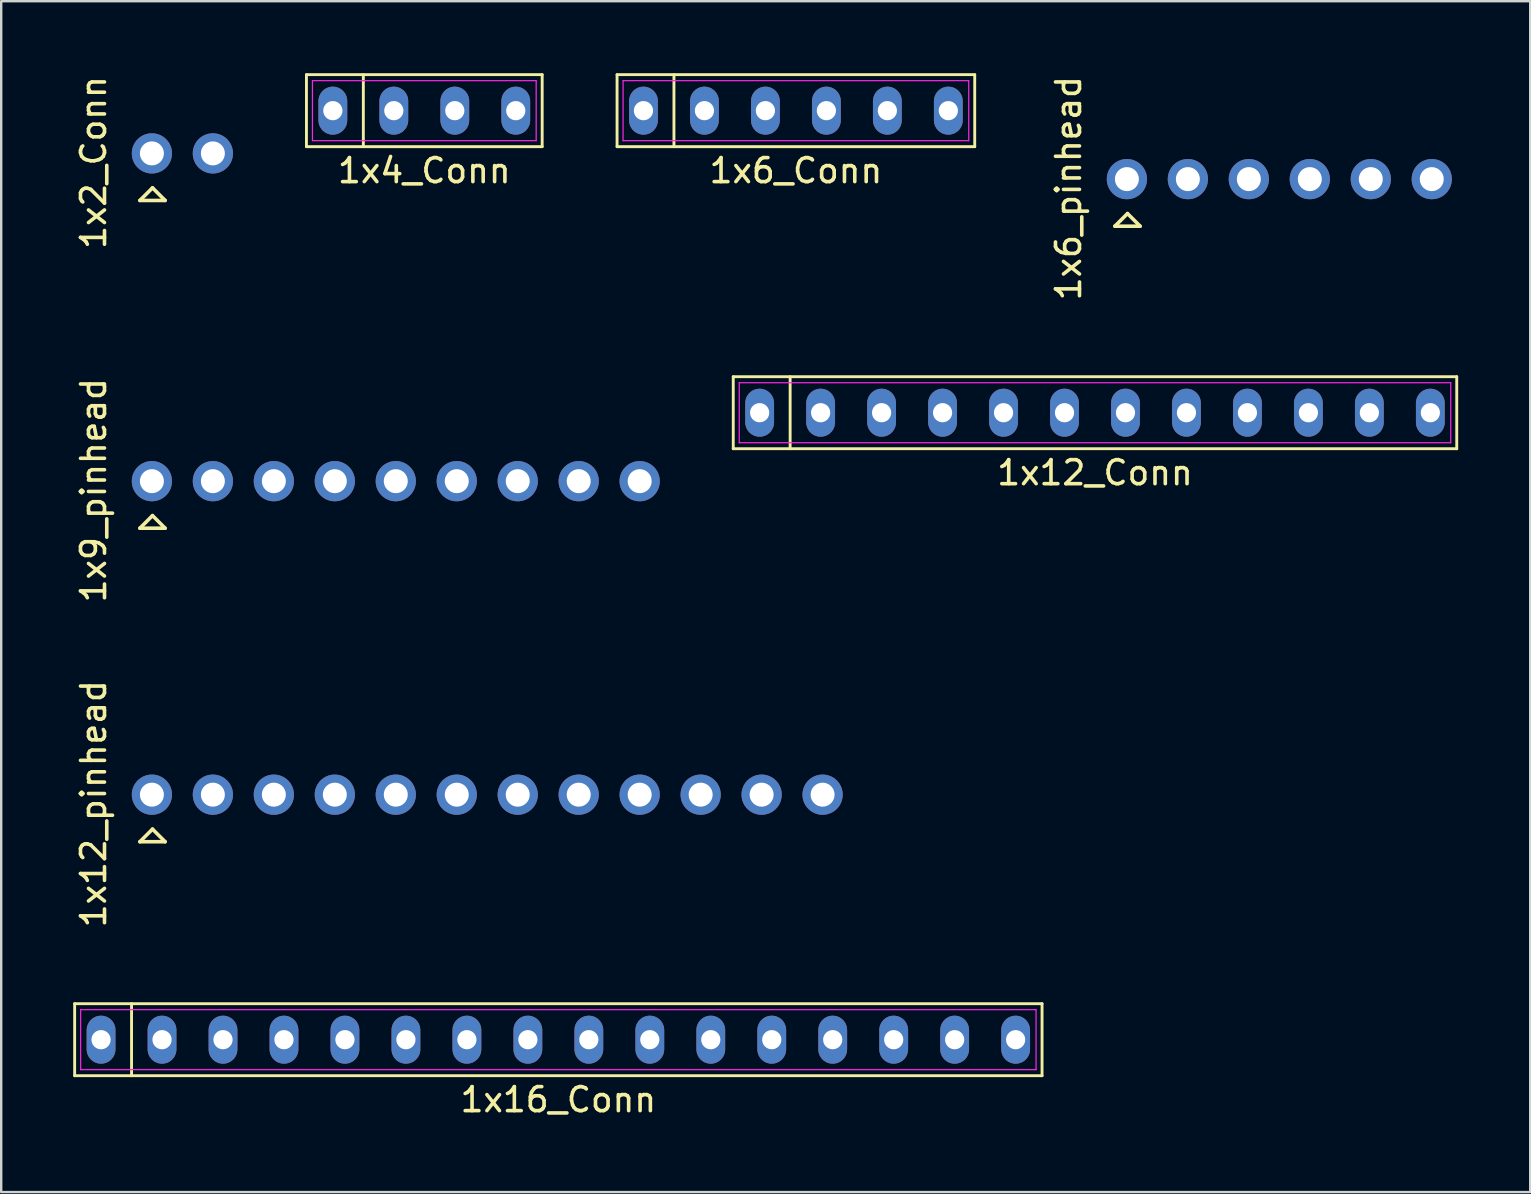
<source format=kicad_pcb>
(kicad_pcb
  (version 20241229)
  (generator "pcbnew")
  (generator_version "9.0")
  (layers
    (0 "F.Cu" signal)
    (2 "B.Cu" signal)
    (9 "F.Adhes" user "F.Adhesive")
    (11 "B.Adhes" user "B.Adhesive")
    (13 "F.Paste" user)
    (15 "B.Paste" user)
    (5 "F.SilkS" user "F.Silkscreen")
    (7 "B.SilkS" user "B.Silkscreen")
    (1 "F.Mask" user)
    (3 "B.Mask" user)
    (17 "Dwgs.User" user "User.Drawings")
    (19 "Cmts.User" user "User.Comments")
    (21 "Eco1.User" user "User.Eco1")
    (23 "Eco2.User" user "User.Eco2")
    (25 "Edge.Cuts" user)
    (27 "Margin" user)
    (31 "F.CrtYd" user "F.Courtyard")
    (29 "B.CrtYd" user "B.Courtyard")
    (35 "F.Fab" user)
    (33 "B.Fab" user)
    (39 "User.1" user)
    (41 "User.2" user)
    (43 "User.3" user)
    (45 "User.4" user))
  (footprint "1x12_Conn"
    (layer "F.Cu")
    (at 42.566 14.143)
    (property "Reference" "1x12_Conn" (at 0 2.5 0) (layer "F.SilkS") (effects (font (size 1 1) (thickness 0.15))))
    (attr through_hole)
    (fp_line (start -15.07 -1.5) (end 15.07 -1.5) (stroke (width 0.12) (type solid)) (layer "F.SilkS"))
    (fp_line (start -15.07 1.5) (end -15.07 -1.5) (stroke (width 0.12) (type solid)) (layer "F.SilkS"))
    (fp_line (start -12.7 -1.5) (end -12.7 1.5) (stroke (width 0.12) (type solid)) (layer "F.SilkS"))
    (fp_line (start 15.07 -1.5) (end 15.07 1.5) (stroke (width 0.12) (type solid)) (layer "F.SilkS"))
    (fp_line (start 15.07 1.5) (end -15.07 1.5) (stroke (width 0.12) (type solid)) (layer "F.SilkS"))
    (fp_line (start -14.82 -1.25) (end 14.82 -1.25) (stroke (width 0.05) (type solid)) (layer "F.CrtYd"))
    (fp_line (start -14.82 1.25) (end -14.82 -1.25) (stroke (width 0.05) (type solid)) (layer "F.CrtYd"))
    (fp_line (start 14.82 -1.25) (end 14.82 1.25) (stroke (width 0.05) (type solid)) (layer "F.CrtYd"))
    (fp_line (start 14.82 1.25) (end -14.82 1.25) (stroke (width 0.05) (type solid)) (layer "F.CrtYd"))
    (pad "1" thru_hole oval (at -13.97 0) (size 1.2 2) (drill 0.8) (layers "*.Cu" "*.Mask"))
    (pad "2" thru_hole oval (at -11.43 0) (size 1.2 2) (drill 0.8) (layers "*.Cu" "*.Mask"))
    (pad "3" thru_hole oval (at -8.89 0) (size 1.2 2) (drill 0.8) (layers "*.Cu" "*.Mask"))
    (pad "4" thru_hole oval (at -6.35 0) (size 1.2 2) (drill 0.8) (layers "*.Cu" "*.Mask"))
    (pad "5" thru_hole oval (at -3.81 0) (size 1.2 2) (drill 0.8) (layers "*.Cu" "*.Mask"))
    (pad "6" thru_hole oval (at -1.27 0) (size 1.2 2) (drill 0.8) (layers "*.Cu" "*.Mask"))
    (pad "7" thru_hole oval (at 1.27 0) (size 1.2 2) (drill 0.8) (layers "*.Cu" "*.Mask"))
    (pad "8" thru_hole oval (at 3.81 0) (size 1.2 2) (drill 0.8) (layers "*.Cu" "*.Mask"))
    (pad "9" thru_hole oval (at 6.35 0) (size 1.2 2) (drill 0.8) (layers "*.Cu" "*.Mask"))
    (pad "10" thru_hole oval (at 8.89 0) (size 1.2 2) (drill 0.8) (layers "*.Cu" "*.Mask"))
    (pad "11" thru_hole oval (at 11.43 0) (size 1.2 2) (drill 0.8) (layers "*.Cu" "*.Mask"))
    (pad "12" thru_hole oval (at 13.97 0) (size 1.2 2) (drill 0.8) (layers "*.Cu" "*.Mask")))
  (footprint "1x6_pinhead"
    (layer "F.Cu")
    (at 43.805 1.792)
    (property "Reference" "1x6_pinhead" (at -2.34 3 90) (layer "F.SilkS") (effects (font (size 1 1) (thickness 0.15))))
    (attr through_hole)
    (fp_line (start -0.41 4.58) (end 0.64 4.58) (stroke (width 0.15) (type solid)) (layer "F.SilkS"))
    (fp_line (start 0.115 4.055) (end -0.41 4.58) (stroke (width 0.15) (type solid)) (layer "F.SilkS"))
    (fp_line (start 0.64 4.58) (end 0.115 4.055) (stroke (width 0.15) (type solid)) (layer "F.SilkS"))
    (fp_poly (pts (xy -0.164 2.874) (xy 0.344 2.874) (xy 0.344 2.366) (xy -0.164 2.366)) (stroke (width 0.1) (type solid)) (fill no) (layer "F.Fab"))
    (fp_poly (pts (xy 2.376 2.874) (xy 2.884 2.874) (xy 2.884 2.366) (xy 2.376 2.366)) (stroke (width 0.1) (type solid)) (fill no) (layer "F.Fab"))
    (fp_poly (pts (xy 4.916 2.874) (xy 5.424 2.874) (xy 5.424 2.366) (xy 4.916 2.366)) (stroke (width 0.1) (type solid)) (fill no) (layer "F.Fab"))
    (fp_poly (pts (xy 7.456 2.874) (xy 7.964 2.874) (xy 7.964 2.366) (xy 7.456 2.366)) (stroke (width 0.1) (type solid)) (fill no) (layer "F.Fab"))
    (fp_poly (pts (xy 9.996 2.874) (xy 10.504 2.874) (xy 10.504 2.366) (xy 9.996 2.366)) (stroke (width 0.1) (type solid)) (fill no) (layer "F.Fab"))
    (fp_poly (pts (xy 12.536 2.874) (xy 13.044 2.874) (xy 13.044 2.366) (xy 12.536 2.366)) (stroke (width 0.1) (type solid)) (fill no) (layer "F.Fab"))
    (pad "1" thru_hole circle (at 0.09 2.62 90) (size 1.676 1.676) (drill 1) (layers "*.Cu" "*.Mask"))
    (pad "2" thru_hole circle (at 2.63 2.62 90) (size 1.676 1.676) (drill 1) (layers "*.Cu" "*.Mask"))
    (pad "3" thru_hole circle (at 5.17 2.62 90) (size 1.676 1.676) (drill 1) (layers "*.Cu" "*.Mask"))
    (pad "4" thru_hole circle (at 7.71 2.62 90) (size 1.676 1.676) (drill 1) (layers "*.Cu" "*.Mask"))
    (pad "5" thru_hole circle (at 10.25 2.62 90) (size 1.676 1.676) (drill 1) (layers "*.Cu" "*.Mask"))
    (pad "6" thru_hole circle (at 12.79 2.62 90) (size 1.676 1.676) (drill 1) (layers "*.Cu" "*.Mask")))
  (footprint "1x16_Conn"
    (layer "F.Cu")
    (at 20.21 40.262)
    (property "Reference" "1x16_Conn" (at 0 2.5 0) (layer "F.SilkS") (effects (font (size 1 1) (thickness 0.15))))
    (attr through_hole)
    (fp_line (start -20.15 -1.5) (end 20.15 -1.5) (stroke (width 0.12) (type solid)) (layer "F.SilkS"))
    (fp_line (start -20.15 1.5) (end -20.15 -1.5) (stroke (width 0.12) (type solid)) (layer "F.SilkS"))
    (fp_line (start -17.78 -1.5) (end -17.78 1.5) (stroke (width 0.12) (type solid)) (layer "F.SilkS"))
    (fp_line (start 20.15 -1.5) (end 20.15 1.5) (stroke (width 0.12) (type solid)) (layer "F.SilkS"))
    (fp_line (start 20.15 1.5) (end -20.15 1.5) (stroke (width 0.12) (type solid)) (layer "F.SilkS"))
    (fp_line (start -19.9 -1.25) (end 19.9 -1.25) (stroke (width 0.05) (type solid)) (layer "F.CrtYd"))
    (fp_line (start -19.9 1.25) (end -19.9 -1.25) (stroke (width 0.05) (type solid)) (layer "F.CrtYd"))
    (fp_line (start 19.9 -1.25) (end 19.9 1.25) (stroke (width 0.05) (type solid)) (layer "F.CrtYd"))
    (fp_line (start 19.9 1.25) (end -19.9 1.25) (stroke (width 0.05) (type solid)) (layer "F.CrtYd"))
    (pad "1" thru_hole oval (at -19.05 0) (size 1.2 2) (drill 0.8) (layers "*.Cu" "*.Mask"))
    (pad "2" thru_hole oval (at -16.51 0) (size 1.2 2) (drill 0.8) (layers "*.Cu" "*.Mask"))
    (pad "3" thru_hole oval (at -13.97 0) (size 1.2 2) (drill 0.8) (layers "*.Cu" "*.Mask"))
    (pad "4" thru_hole oval (at -11.43 0) (size 1.2 2) (drill 0.8) (layers "*.Cu" "*.Mask"))
    (pad "5" thru_hole oval (at -8.89 0) (size 1.2 2) (drill 0.8) (layers "*.Cu" "*.Mask"))
    (pad "6" thru_hole oval (at -6.35 0) (size 1.2 2) (drill 0.8) (layers "*.Cu" "*.Mask"))
    (pad "7" thru_hole oval (at -3.81 0) (size 1.2 2) (drill 0.8) (layers "*.Cu" "*.Mask"))
    (pad "8" thru_hole oval (at -1.27 0) (size 1.2 2) (drill 0.8) (layers "*.Cu" "*.Mask"))
    (pad "9" thru_hole oval (at 1.27 0) (size 1.2 2) (drill 0.8) (layers "*.Cu" "*.Mask"))
    (pad "10" thru_hole oval (at 3.81 0) (size 1.2 2) (drill 0.8) (layers "*.Cu" "*.Mask"))
    (pad "11" thru_hole oval (at 6.35 0) (size 1.2 2) (drill 0.8) (layers "*.Cu" "*.Mask"))
    (pad "12" thru_hole oval (at 8.89 0) (size 1.2 2) (drill 0.8) (layers "*.Cu" "*.Mask"))
    (pad "13" thru_hole oval (at 11.43 0) (size 1.2 2) (drill 0.8) (layers "*.Cu" "*.Mask"))
    (pad "14" thru_hole oval (at 13.97 0) (size 1.2 2) (drill 0.8) (layers "*.Cu" "*.Mask"))
    (pad "15" thru_hole oval (at 16.51 0) (size 1.2 2) (drill 0.8) (layers "*.Cu" "*.Mask"))
    (pad "16" thru_hole oval (at 19.05 0) (size 1.2 2) (drill 0.8) (layers "*.Cu" "*.Mask")))
  (footprint "1x2_Conn"
    (layer "F.Cu")
    (at 3.188 0.72)
    (property "Reference" "1x2_Conn" (at -2.34 3 90) (layer "F.SilkS") (effects (font (size 1 1) (thickness 0.15))))
    (attr through_hole)
    (fp_line (start -0.41 4.58) (end 0.64 4.58) (stroke (width 0.15) (type solid)) (layer "F.SilkS"))
    (fp_line (start 0.115 4.055) (end -0.41 4.58) (stroke (width 0.15) (type solid)) (layer "F.SilkS"))
    (fp_line (start 0.64 4.58) (end 0.115 4.055) (stroke (width 0.15) (type solid)) (layer "F.SilkS"))
    (fp_poly (pts (xy -0.164 2.874) (xy 0.344 2.874) (xy 0.344 2.366) (xy -0.164 2.366)) (stroke (width 0.1) (type solid)) (fill no) (layer "F.Fab"))
    (fp_poly (pts (xy 2.376 2.874) (xy 2.884 2.874) (xy 2.884 2.366) (xy 2.376 2.366)) (stroke (width 0.1) (type solid)) (fill no) (layer "F.Fab"))
    (pad "1" thru_hole circle (at 0.09 2.62 90) (size 1.676 1.676) (drill 1) (layers "*.Cu" "*.Mask"))
    (pad "2" thru_hole circle (at 2.63 2.62 90) (size 1.676 1.676) (drill 1) (layers "*.Cu" "*.Mask")))
  (footprint "1x4_Conn"
    (layer "F.Cu")
    (at 14.626 1.56)
    (property "Reference" "1x4_Conn" (at 0 2.5 0) (layer "F.SilkS") (effects (font (size 1 1) (thickness 0.15))))
    (attr through_hole)
    (fp_line (start -4.91 -1.5) (end 4.91 -1.5) (stroke (width 0.12) (type solid)) (layer "F.SilkS"))
    (fp_line (start -4.91 1.5) (end -4.91 -1.5) (stroke (width 0.12) (type solid)) (layer "F.SilkS"))
    (fp_line (start -2.54 -1.5) (end -2.54 1.5) (stroke (width 0.12) (type solid)) (layer "F.SilkS"))
    (fp_line (start 4.91 -1.5) (end 4.91 1.5) (stroke (width 0.12) (type solid)) (layer "F.SilkS"))
    (fp_line (start 4.91 1.5) (end -4.91 1.5) (stroke (width 0.12) (type solid)) (layer "F.SilkS"))
    (fp_line (start -4.66 -1.25) (end 4.66 -1.25) (stroke (width 0.05) (type solid)) (layer "F.CrtYd"))
    (fp_line (start -4.66 1.25) (end -4.66 -1.25) (stroke (width 0.05) (type solid)) (layer "F.CrtYd"))
    (fp_line (start 4.66 -1.25) (end 4.66 1.25) (stroke (width 0.05) (type solid)) (layer "F.CrtYd"))
    (fp_line (start 4.66 1.25) (end -4.66 1.25) (stroke (width 0.05) (type solid)) (layer "F.CrtYd"))
    (pad "1" thru_hole oval (at -3.81 0) (size 1.2 2) (drill 0.8) (layers "*.Cu" "*.Mask"))
    (pad "2" thru_hole oval (at -1.27 0) (size 1.2 2) (drill 0.8) (layers "*.Cu" "*.Mask"))
    (pad "3" thru_hole oval (at 1.27 0) (size 1.2 2) (drill 0.8) (layers "*.Cu" "*.Mask"))
    (pad "4" thru_hole oval (at 3.81 0) (size 1.2 2) (drill 0.8) (layers "*.Cu" "*.Mask")))
  (footprint "1x12_pinhead"
    (layer "F.Cu")
    (at 3.188 27.435)
    (property "Reference" "1x12_pinhead" (at -2.34 3 90) (layer "F.SilkS") (effects (font (size 1 1) (thickness 0.15))))
    (attr through_hole)
    (fp_line (start -0.41 4.58) (end 0.64 4.58) (stroke (width 0.15) (type solid)) (layer "F.SilkS"))
    (fp_line (start 0.115 4.055) (end -0.41 4.58) (stroke (width 0.15) (type solid)) (layer "F.SilkS"))
    (fp_line (start 0.64 4.58) (end 0.115 4.055) (stroke (width 0.15) (type solid)) (layer "F.SilkS"))
    (fp_poly (pts (xy -0.164 2.874) (xy 0.344 2.874) (xy 0.344 2.366) (xy -0.164 2.366)) (stroke (width 0.1) (type solid)) (fill no) (layer "F.Fab"))
    (fp_poly (pts (xy 2.376 2.874) (xy 2.884 2.874) (xy 2.884 2.366) (xy 2.376 2.366)) (stroke (width 0.1) (type solid)) (fill no) (layer "F.Fab"))
    (fp_poly (pts (xy 4.916 2.874) (xy 5.424 2.874) (xy 5.424 2.366) (xy 4.916 2.366)) (stroke (width 0.1) (type solid)) (fill no) (layer "F.Fab"))
    (fp_poly (pts (xy 7.456 2.874) (xy 7.964 2.874) (xy 7.964 2.366) (xy 7.456 2.366)) (stroke (width 0.1) (type solid)) (fill no) (layer "F.Fab"))
    (fp_poly (pts (xy 9.996 2.874) (xy 10.504 2.874) (xy 10.504 2.366) (xy 9.996 2.366)) (stroke (width 0.1) (type solid)) (fill no) (layer "F.Fab"))
    (fp_poly (pts (xy 12.536 2.874) (xy 13.044 2.874) (xy 13.044 2.366) (xy 12.536 2.366)) (stroke (width 0.1) (type solid)) (fill no) (layer "F.Fab"))
    (fp_poly (pts (xy 15.076 2.874) (xy 15.584 2.874) (xy 15.584 2.366) (xy 15.076 2.366)) (stroke (width 0.1) (type solid)) (fill no) (layer "F.Fab"))
    (fp_poly (pts (xy 17.616 2.874) (xy 18.124 2.874) (xy 18.124 2.366) (xy 17.616 2.366)) (stroke (width 0.1) (type solid)) (fill no) (layer "F.Fab"))
    (fp_poly (pts (xy 20.156 2.874) (xy 20.664 2.874) (xy 20.664 2.366) (xy 20.156 2.366)) (stroke (width 0.1) (type solid)) (fill no) (layer "F.Fab"))
    (fp_poly (pts (xy 22.696 2.874) (xy 23.204 2.874) (xy 23.204 2.366) (xy 22.696 2.366)) (stroke (width 0.1) (type solid)) (fill no) (layer "F.Fab"))
    (fp_poly (pts (xy 25.236 2.874) (xy 25.744 2.874) (xy 25.744 2.366) (xy 25.236 2.366)) (stroke (width 0.1) (type solid)) (fill no) (layer "F.Fab"))
    (fp_poly (pts (xy 27.776 2.874) (xy 28.284 2.874) (xy 28.284 2.366) (xy 27.776 2.366)) (stroke (width 0.1) (type solid)) (fill no) (layer "F.Fab"))
    (pad "1" thru_hole circle (at 0.09 2.62 90) (size 1.676 1.676) (drill 1) (layers "*.Cu" "*.Mask"))
    (pad "2" thru_hole circle (at 2.63 2.62 90) (size 1.676 1.676) (drill 1) (layers "*.Cu" "*.Mask"))
    (pad "3" thru_hole circle (at 5.17 2.62 90) (size 1.676 1.676) (drill 1) (layers "*.Cu" "*.Mask"))
    (pad "4" thru_hole circle (at 7.71 2.62 90) (size 1.676 1.676) (drill 1) (layers "*.Cu" "*.Mask"))
    (pad "5" thru_hole circle (at 10.25 2.62 90) (size 1.676 1.676) (drill 1) (layers "*.Cu" "*.Mask"))
    (pad "6" thru_hole circle (at 12.79 2.62 90) (size 1.676 1.676) (drill 1) (layers "*.Cu" "*.Mask"))
    (pad "7" thru_hole circle (at 15.33 2.62 90) (size 1.676 1.676) (drill 1) (layers "*.Cu" "*.Mask"))
    (pad "8" thru_hole circle (at 17.87 2.62 90) (size 1.676 1.676) (drill 1) (layers "*.Cu" "*.Mask"))
    (pad "9" thru_hole circle (at 20.41 2.62 90) (size 1.676 1.676) (drill 1) (layers "*.Cu" "*.Mask"))
    (pad "10" thru_hole circle (at 22.95 2.62 90) (size 1.676 1.676) (drill 1) (layers "*.Cu" "*.Mask"))
    (pad "11" thru_hole circle (at 25.49 2.62 90) (size 1.676 1.676) (drill 1) (layers "*.Cu" "*.Mask"))
    (pad "12" thru_hole circle (at 28.03 2.62 90) (size 1.676 1.676) (drill 1) (layers "*.Cu" "*.Mask")))
  (footprint "1x9_pinhead"
    (layer "F.Cu")
    (at 3.188 14.375)
    (property "Reference" "1x9_pinhead" (at -2.34 3 90) (layer "F.SilkS") (effects (font (size 1 1) (thickness 0.15))))
    (attr through_hole)
    (fp_line (start -0.41 4.58) (end 0.64 4.58) (stroke (width 0.15) (type solid)) (layer "F.SilkS"))
    (fp_line (start 0.115 4.055) (end -0.41 4.58) (stroke (width 0.15) (type solid)) (layer "F.SilkS"))
    (fp_line (start 0.64 4.58) (end 0.115 4.055) (stroke (width 0.15) (type solid)) (layer "F.SilkS"))
    (fp_poly (pts (xy -0.164 2.874) (xy 0.344 2.874) (xy 0.344 2.366) (xy -0.164 2.366)) (stroke (width 0.1) (type solid)) (fill no) (layer "F.Fab"))
    (fp_poly (pts (xy 2.376 2.874) (xy 2.884 2.874) (xy 2.884 2.366) (xy 2.376 2.366)) (stroke (width 0.1) (type solid)) (fill no) (layer "F.Fab"))
    (fp_poly (pts (xy 4.916 2.874) (xy 5.424 2.874) (xy 5.424 2.366) (xy 4.916 2.366)) (stroke (width 0.1) (type solid)) (fill no) (layer "F.Fab"))
    (fp_poly (pts (xy 7.456 2.874) (xy 7.964 2.874) (xy 7.964 2.366) (xy 7.456 2.366)) (stroke (width 0.1) (type solid)) (fill no) (layer "F.Fab"))
    (fp_poly (pts (xy 9.996 2.874) (xy 10.504 2.874) (xy 10.504 2.366) (xy 9.996 2.366)) (stroke (width 0.1) (type solid)) (fill no) (layer "F.Fab"))
    (fp_poly (pts (xy 12.536 2.874) (xy 13.044 2.874) (xy 13.044 2.366) (xy 12.536 2.366)) (stroke (width 0.1) (type solid)) (fill no) (layer "F.Fab"))
    (fp_poly (pts (xy 15.076 2.874) (xy 15.584 2.874) (xy 15.584 2.366) (xy 15.076 2.366)) (stroke (width 0.1) (type solid)) (fill no) (layer "F.Fab"))
    (fp_poly (pts (xy 17.616 2.874) (xy 18.124 2.874) (xy 18.124 2.366) (xy 17.616 2.366)) (stroke (width 0.1) (type solid)) (fill no) (layer "F.Fab"))
    (fp_poly (pts (xy 20.156 2.874) (xy 20.664 2.874) (xy 20.664 2.366) (xy 20.156 2.366)) (stroke (width 0.1) (type solid)) (fill no) (layer "F.Fab"))
    (pad "1" thru_hole circle (at 0.09 2.62 90) (size 1.676 1.676) (drill 1) (layers "*.Cu" "*.Mask"))
    (pad "2" thru_hole circle (at 2.63 2.62 90) (size 1.676 1.676) (drill 1) (layers "*.Cu" "*.Mask"))
    (pad "3" thru_hole circle (at 5.17 2.62 90) (size 1.676 1.676) (drill 1) (layers "*.Cu" "*.Mask"))
    (pad "4" thru_hole circle (at 7.71 2.62 90) (size 1.676 1.676) (drill 1) (layers "*.Cu" "*.Mask"))
    (pad "5" thru_hole circle (at 10.25 2.62 90) (size 1.676 1.676) (drill 1) (layers "*.Cu" "*.Mask"))
    (pad "6" thru_hole circle (at 12.79 2.62 90) (size 1.676 1.676) (drill 1) (layers "*.Cu" "*.Mask"))
    (pad "7" thru_hole circle (at 15.33 2.62 90) (size 1.676 1.676) (drill 1) (layers "*.Cu" "*.Mask"))
    (pad "8" thru_hole circle (at 17.87 2.62 90) (size 1.676 1.676) (drill 1) (layers "*.Cu" "*.Mask"))
    (pad "9" thru_hole circle (at 20.41 2.62 90) (size 1.676 1.676) (drill 1) (layers "*.Cu" "*.Mask")))
  (footprint "1x6_Conn"
    (layer "F.Cu")
    (at 30.106 1.56)
    (property "Reference" "1x6_Conn" (at 0 2.5 0) (layer "F.SilkS") (effects (font (size 1 1) (thickness 0.15))))
    (attr through_hole)
    (fp_line (start -7.45 -1.5) (end 7.45 -1.5) (stroke (width 0.12) (type solid)) (layer "F.SilkS"))
    (fp_line (start -7.45 1.5) (end -7.45 -1.5) (stroke (width 0.12) (type solid)) (layer "F.SilkS"))
    (fp_line (start -5.08 -1.5) (end -5.08 1.5) (stroke (width 0.12) (type solid)) (layer "F.SilkS"))
    (fp_line (start 7.45 -1.5) (end 7.45 1.5) (stroke (width 0.12) (type solid)) (layer "F.SilkS"))
    (fp_line (start 7.45 1.5) (end -7.45 1.5) (stroke (width 0.12) (type solid)) (layer "F.SilkS"))
    (fp_line (start -7.2 -1.25) (end 7.2 -1.25) (stroke (width 0.05) (type solid)) (layer "F.CrtYd"))
    (fp_line (start -7.2 1.25) (end -7.2 -1.25) (stroke (width 0.05) (type solid)) (layer "F.CrtYd"))
    (fp_line (start 7.2 -1.25) (end 7.2 1.25) (stroke (width 0.05) (type solid)) (layer "F.CrtYd"))
    (fp_line (start 7.2 1.25) (end -7.2 1.25) (stroke (width 0.05) (type solid)) (layer "F.CrtYd"))
    (pad "1" thru_hole oval (at -6.35 0) (size 1.2 2) (drill 0.8) (layers "*.Cu" "*.Mask"))
    (pad "2" thru_hole oval (at -3.81 0) (size 1.2 2) (drill 0.8) (layers "*.Cu" "*.Mask"))
    (pad "3" thru_hole oval (at -1.27 0) (size 1.2 2) (drill 0.8) (layers "*.Cu" "*.Mask"))
    (pad "4" thru_hole oval (at 1.27 0) (size 1.2 2) (drill 0.8) (layers "*.Cu" "*.Mask"))
    (pad "5" thru_hole oval (at 3.81 0) (size 1.2 2) (drill 0.8) (layers "*.Cu" "*.Mask"))
    (pad "6" thru_hole oval (at 6.35 0) (size 1.2 2) (drill 0.8) (layers "*.Cu" "*.Mask")))
  (gr_rect
    (start -3 -3)
    (end 60.696 46.611)
    (stroke (width 0.1) (type default))
    (fill no)
    (layer "Edge.Cuts")))
</source>
